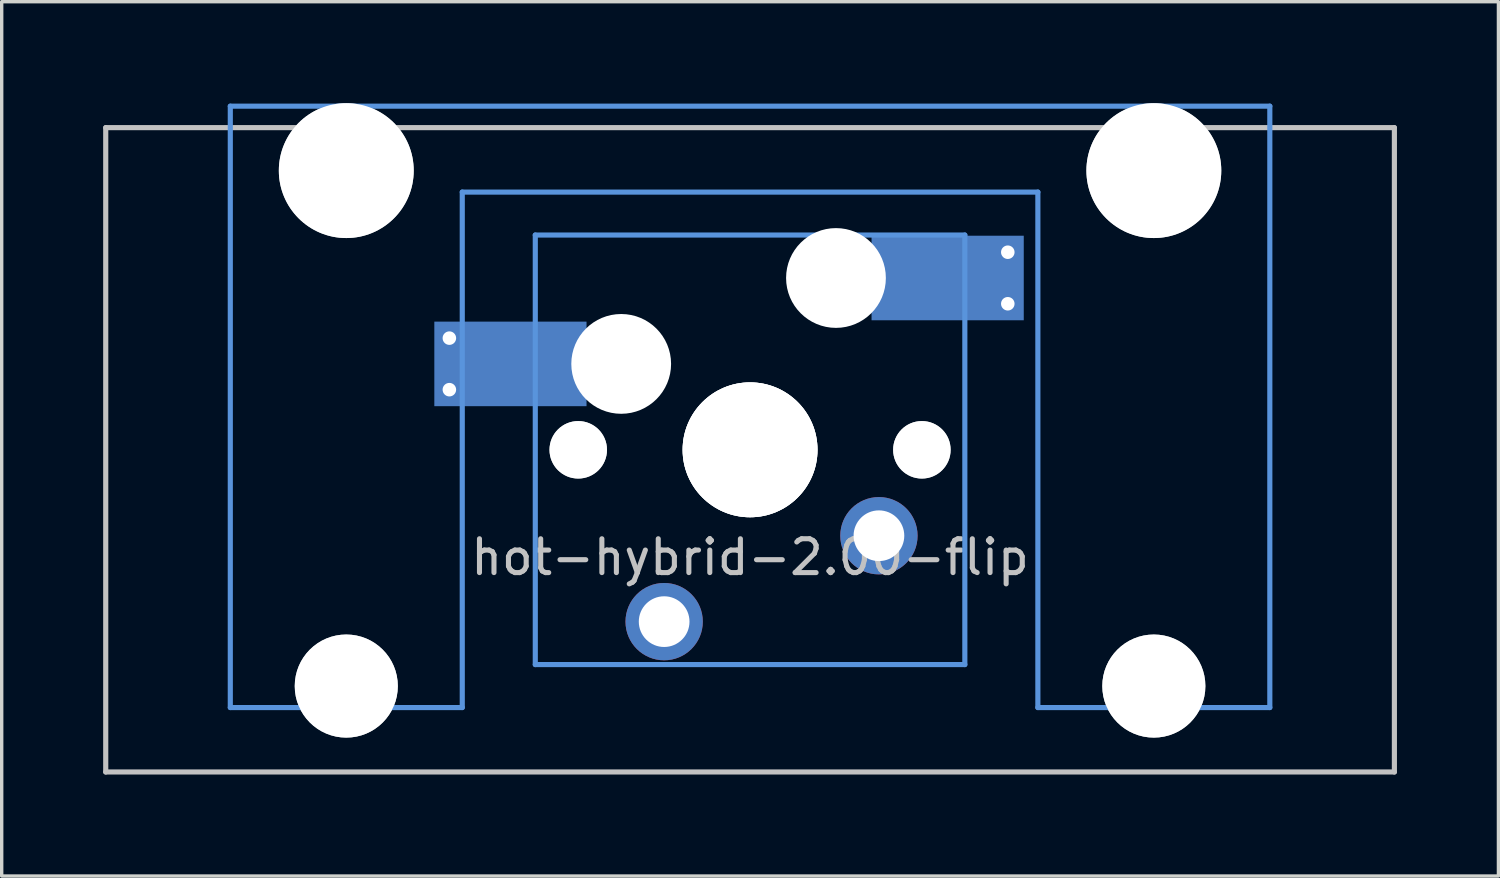
<source format=kicad_pcb>
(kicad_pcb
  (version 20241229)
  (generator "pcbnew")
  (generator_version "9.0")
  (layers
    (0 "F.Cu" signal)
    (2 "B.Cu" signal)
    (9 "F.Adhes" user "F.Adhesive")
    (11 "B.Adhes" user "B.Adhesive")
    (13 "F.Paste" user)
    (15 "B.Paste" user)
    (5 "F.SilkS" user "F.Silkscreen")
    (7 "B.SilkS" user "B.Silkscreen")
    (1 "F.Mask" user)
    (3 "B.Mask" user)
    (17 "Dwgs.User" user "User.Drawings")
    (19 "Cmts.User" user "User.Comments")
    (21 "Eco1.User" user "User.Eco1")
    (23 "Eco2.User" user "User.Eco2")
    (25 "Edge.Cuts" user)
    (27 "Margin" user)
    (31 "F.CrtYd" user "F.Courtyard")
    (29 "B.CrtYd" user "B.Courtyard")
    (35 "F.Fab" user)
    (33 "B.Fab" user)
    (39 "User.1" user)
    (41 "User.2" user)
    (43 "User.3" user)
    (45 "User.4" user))
  (footprint "hot-hybrid-2.00-flip"
    (layer "F.Cu")
    (at 19.126 10.249)
    (property "Reference" "hot-hybrid-2.00-flip" (at 0 3.175 0) (layer "Dwgs.User") (effects (font (size 1 1) (thickness 0.15))))
    (attr through_hole)
    (fp_line (start -19.05 -9.525) (end 19.05 -9.525) (stroke (width 0.152) (type solid)) (layer "Dwgs.User"))
    (fp_line (start -19.05 9.525) (end -19.05 -9.525) (stroke (width 0.152) (type solid)) (layer "Dwgs.User"))
    (fp_line (start 19.05 -9.525) (end 19.05 9.525) (stroke (width 0.152) (type solid)) (layer "Dwgs.User"))
    (fp_line (start 19.05 9.525) (end -19.05 9.525) (stroke (width 0.152) (type solid)) (layer "Dwgs.User"))
    (fp_line (start -15.367 -10.16) (end -15.367 7.62) (stroke (width 0.152) (type solid)) (layer "Cmts.User"))
    (fp_line (start -15.367 7.62) (end -8.509 7.62) (stroke (width 0.152) (type solid)) (layer "Cmts.User"))
    (fp_line (start -8.509 -7.62) (end 8.509 -7.62) (stroke (width 0.152) (type solid)) (layer "Cmts.User"))
    (fp_line (start -8.509 7.62) (end -8.509 -7.62) (stroke (width 0.152) (type solid)) (layer "Cmts.User"))
    (fp_line (start -6.35 -6.35) (end 6.35 -6.35) (stroke (width 0.152) (type solid)) (layer "Cmts.User"))
    (fp_line (start -6.35 6.35) (end -6.35 -6.35) (stroke (width 0.152) (type solid)) (layer "Cmts.User"))
    (fp_line (start 6.35 -6.35) (end 6.35 6.35) (stroke (width 0.152) (type solid)) (layer "Cmts.User"))
    (fp_line (start 6.35 6.35) (end -6.35 6.35) (stroke (width 0.152) (type solid)) (layer "Cmts.User"))
    (fp_line (start 8.509 -7.62) (end 8.509 7.62) (stroke (width 0.152) (type solid)) (layer "Cmts.User"))
    (fp_line (start 8.509 7.62) (end 15.367 7.62) (stroke (width 0.152) (type solid)) (layer "Cmts.User"))
    (fp_line (start 15.367 -10.16) (end -15.367 -10.16) (stroke (width 0.152) (type solid)) (layer "Cmts.User"))
    (fp_line (start 15.367 7.62) (end 15.367 -10.16) (stroke (width 0.152) (type solid)) (layer "Cmts.User"))
    (fp_curve (pts (xy -15.456 -8.005) (xy -15.456 -8.555) (xy -15.006 -9.005) (xy -14.456 -9.005)) (stroke (width 0.3) (type solid)) (layer "Eco2.User"))
    (fp_curve (pts (xy -15.456 7.995) (xy -15.456 7.995) (xy -15.456 -8.005) (xy -15.456 -8.005)) (stroke (width 0.3) (type solid)) (layer "Eco2.User"))
    (fp_curve (pts (xy -14.456 -9.005) (xy -14.456 -9.005) (xy -9.406 -9.005) (xy -9.406 -9.005)) (stroke (width 0.3) (type solid)) (layer "Eco2.User"))
    (fp_curve (pts (xy -14.456 8.995) (xy -15.006 8.995) (xy -15.456 8.545) (xy -15.456 7.995)) (stroke (width 0.3) (type solid)) (layer "Eco2.User"))
    (fp_curve (pts (xy -9.406 -9.005) (xy -8.856 -9.005) (xy -8.406 -8.555) (xy -8.406 -8.005)) (stroke (width 0.3) (type solid)) (layer "Eco2.User"))
    (fp_curve (pts (xy -9.406 8.995) (xy -9.406 8.995) (xy -14.456 8.995) (xy -14.456 8.995)) (stroke (width 0.3) (type solid)) (layer "Eco2.User"))
    (fp_curve (pts (xy -8.406 -8.005) (xy -8.406 -8.005) (xy -8.406 7.995) (xy -8.406 7.995)) (stroke (width 0.3) (type solid)) (layer "Eco2.User"))
    (fp_curve (pts (xy -8.406 7.995) (xy -8.406 8.545) (xy -8.856 8.995) (xy -9.406 8.995)) (stroke (width 0.3) (type solid)) (layer "Eco2.User"))
    (fp_curve (pts (xy -7 -5.999) (xy -7 -6.549) (xy -6.55 -6.999) (xy -6 -6.999)) (stroke (width 0.3) (type solid)) (layer "Eco2.User"))
    (fp_curve (pts (xy -7 6.001) (xy -7 6.001) (xy -7 -5.999) (xy -7 -5.999)) (stroke (width 0.3) (type solid)) (layer "Eco2.User"))
    (fp_curve (pts (xy -6 -6.999) (xy -6 -6.999) (xy 6 -6.999) (xy 6 -6.999)) (stroke (width 0.3) (type solid)) (layer "Eco2.User"))
    (fp_curve (pts (xy -6 7.001) (xy -6.55 7.001) (xy -7 6.551) (xy -7 6.001)) (stroke (width 0.3) (type solid)) (layer "Eco2.User"))
    (fp_curve (pts (xy 6 -6.999) (xy 6.55 -6.999) (xy 7 -6.549) (xy 7 -5.999)) (stroke (width 0.3) (type solid)) (layer "Eco2.User"))
    (fp_curve (pts (xy 6 7.001) (xy 6 7.001) (xy -6 7.001) (xy -6 7.001)) (stroke (width 0.3) (type solid)) (layer "Eco2.User"))
    (fp_curve (pts (xy 7 -5.999) (xy 7 -5.999) (xy 7 6.001) (xy 7 6.001)) (stroke (width 0.3) (type solid)) (layer "Eco2.User"))
    (fp_curve (pts (xy 7 6.001) (xy 7 6.551) (xy 6.55 7.001) (xy 6 7.001)) (stroke (width 0.3) (type solid)) (layer "Eco2.User"))
    (fp_curve (pts (xy 8.41 -8.005) (xy 8.41 -8.005) (xy 8.41 7.995) (xy 8.41 7.995)) (stroke (width 0.3) (type solid)) (layer "Eco2.User"))
    (fp_curve (pts (xy 8.41 7.995) (xy 8.41 8.545) (xy 8.86 8.995) (xy 9.41 8.995)) (stroke (width 0.3) (type solid)) (layer "Eco2.User"))
    (fp_curve (pts (xy 9.41 -9.005) (xy 8.86 -9.005) (xy 8.41 -8.555) (xy 8.41 -8.005)) (stroke (width 0.3) (type solid)) (layer "Eco2.User"))
    (fp_curve (pts (xy 9.41 8.995) (xy 9.41 8.995) (xy 14.46 8.995) (xy 14.46 8.995)) (stroke (width 0.3) (type solid)) (layer "Eco2.User"))
    (fp_curve (pts (xy 14.46 -9.005) (xy 14.46 -9.005) (xy 9.41 -9.005) (xy 9.41 -9.005)) (stroke (width 0.3) (type solid)) (layer "Eco2.User"))
    (fp_curve (pts (xy 14.46 8.995) (xy 15.01 8.995) (xy 15.46 8.545) (xy 15.46 7.995)) (stroke (width 0.3) (type solid)) (layer "Eco2.User"))
    (fp_curve (pts (xy 15.46 -8.005) (xy 15.46 -8.555) (xy 15.01 -9.005) (xy 14.46 -9.005)) (stroke (width 0.3) (type solid)) (layer "Eco2.User"))
    (fp_curve (pts (xy 15.46 7.995) (xy 15.46 7.995) (xy 15.46 -8.005) (xy 15.46 -8.005)) (stroke (width 0.3) (type solid)) (layer "Eco2.User"))
    (pad "" np_thru_hole circle (at -11.938 -8.255 180) (size 3.988 3.988) (drill 3.988) (layers "*.Cu" "Dwgs.User"))
    (pad "" np_thru_hole circle (at -11.938 6.985 180) (size 3.048 3.048) (drill 3.048) (layers "*.Cu" "Dwgs.User"))
    (pad "" smd rect (at -7.085 -2.54) (size 2.55 2.5) (layers "B.Mask" "B.Paste"))
    (pad "" np_thru_hole circle (at -5.08 0 180) (size 1.7 1.7) (drill 1.7) (layers "*.Cu" "Dwgs.User"))
    (pad "" np_thru_hole circle (at -3.81 -2.54) (size 2.95 2.95) (drill 2.95) (layers "*.Cu" "*.Mask"))
    (pad "" np_thru_hole circle (at 0 0) (size 3.988 3.988) (drill 3.988) (layers "*.Cu" "*.Mask"))
    (pad "" np_thru_hole circle (at 0 0 180) (size 3.988 3.988) (drill 3.988) (layers "*.Cu" "Dwgs.User"))
    (pad "" np_thru_hole circle (at 2.54 -5.08) (size 2.95 2.95) (drill 2.95) (layers "*.Cu" "*.Mask"))
    (pad "" np_thru_hole circle (at 5.08 0 180) (size 1.7 1.7) (drill 1.7) (layers "*.Cu" "Dwgs.User"))
    (pad "" smd rect (at 5.815 -5.08) (size 2.55 2.5) (layers "B.Mask" "B.Paste"))
    (pad "" np_thru_hole circle (at 11.938 -8.255 180) (size 3.988 3.988) (drill 3.988) (layers "*.Cu" "Dwgs.User"))
    (pad "" np_thru_hole circle (at 11.938 6.985 180) (size 3.048 3.048) (drill 3.048) (layers "*.Cu" "Dwgs.User"))
    (pad "1" thru_hole circle (at -8.89 -3.302) (size 0.8 0.8) (drill 0.4) (layers "*.Cu"))
    (pad "1" thru_hole circle (at -8.89 -1.778) (size 0.8 0.8) (drill 0.4) (layers "*.Cu"))
    (pad "1" smd rect (at -7.085 -2.54) (size 4.5 2.5) (layers "B.Cu"))
    (pad "1" thru_hole circle (at 3.81 2.54 180) (size 2.286 2.286) (drill 1.499) (layers "*.Cu" "*.Mask"))
    (pad "2" thru_hole circle (at -2.54 5.08 180) (size 2.286 2.286) (drill 1.499) (layers "*.Cu" "*.Mask"))
    (pad "2" smd rect (at 5.842 -5.08) (size 4.5 2.5) (layers "B.Cu"))
    (pad "2" thru_hole circle (at 7.62 -5.842) (size 0.8 0.8) (drill 0.4) (layers "*.Cu"))
    (pad "2" thru_hole circle (at 7.62 -4.318) (size 0.8 0.8) (drill 0.4) (layers "*.Cu")))
  (gr_rect
    (start -3 -3)
    (end 41.252 22.85)
    (stroke (width 0.1) (type default))
    (fill no)
    (layer "Edge.Cuts")))
</source>
